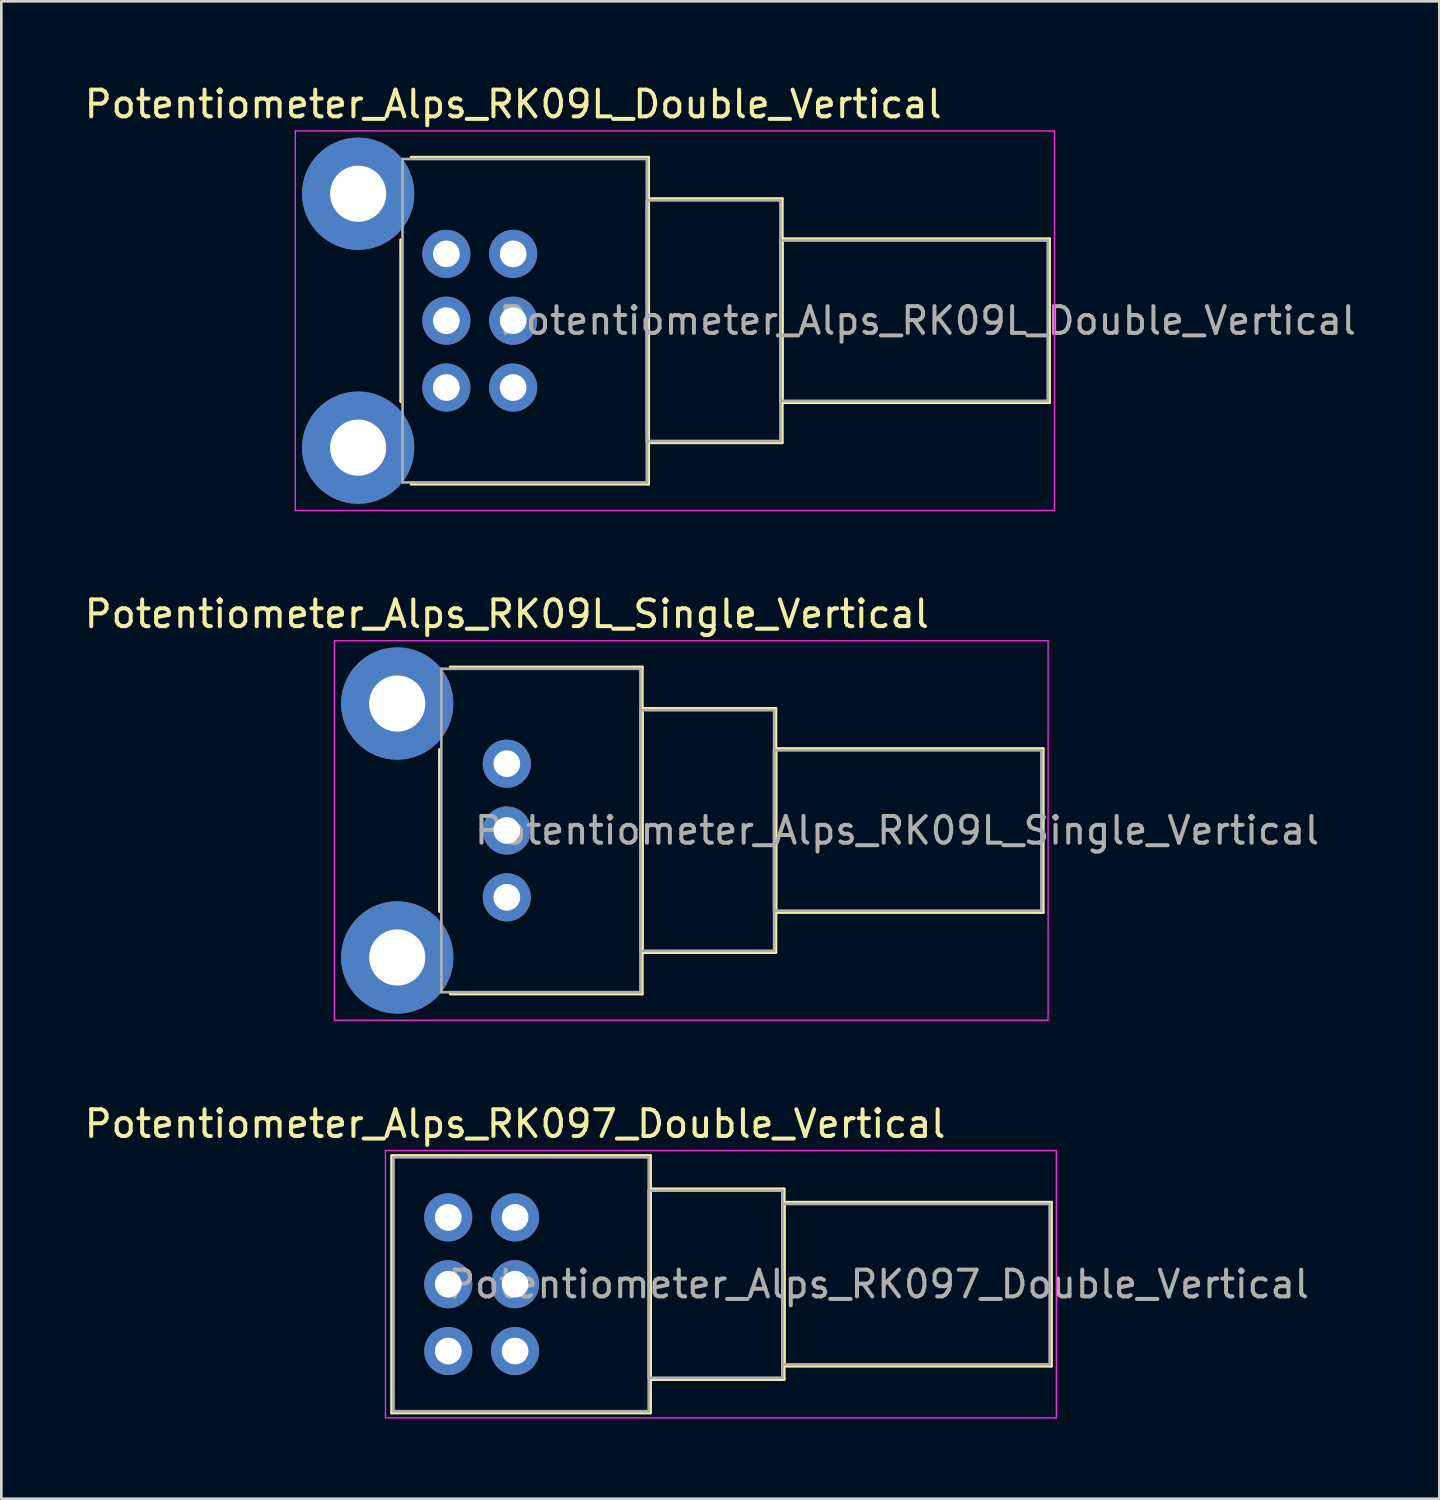
<source format=kicad_pcb>
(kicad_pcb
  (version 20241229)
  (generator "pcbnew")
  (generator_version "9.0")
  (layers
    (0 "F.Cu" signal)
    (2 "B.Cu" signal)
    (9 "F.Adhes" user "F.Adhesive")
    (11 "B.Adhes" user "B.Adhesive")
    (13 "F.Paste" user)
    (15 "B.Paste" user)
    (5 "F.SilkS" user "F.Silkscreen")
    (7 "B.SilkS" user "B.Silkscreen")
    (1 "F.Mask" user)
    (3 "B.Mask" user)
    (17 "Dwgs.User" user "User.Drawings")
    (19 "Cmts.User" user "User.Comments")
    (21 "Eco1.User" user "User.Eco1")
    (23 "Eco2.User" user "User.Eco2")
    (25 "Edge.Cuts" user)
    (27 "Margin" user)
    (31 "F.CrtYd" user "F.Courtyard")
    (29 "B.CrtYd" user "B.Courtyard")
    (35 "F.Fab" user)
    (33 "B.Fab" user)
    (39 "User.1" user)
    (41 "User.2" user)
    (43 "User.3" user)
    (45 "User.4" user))
  (footprint "Potentiometer_Alps_RK09L_Double_Vertical"
    (layer "F.Cu")
    (at 16.149 11.448)
    (property "Reference" "Potentiometer_Alps_RK09L_Double_Vertical" (at 0 -10.6 0) (layer "F.SilkS") (effects (font (size 1 1) (thickness 0.15))))
    (attr through_hole)
    (fp_line (start -4.2 -5.525) (end -4.2 0.525) (stroke (width 0.12) (type solid)) (layer "F.SilkS"))
    (fp_line (start -3.811 -8.61) (end 5.06 -8.61) (stroke (width 0.12) (type solid)) (layer "F.SilkS"))
    (fp_line (start -3.811 3.61) (end 5.06 3.61) (stroke (width 0.12) (type solid)) (layer "F.SilkS"))
    (fp_line (start 5.06 -8.61) (end 5.06 3.61) (stroke (width 0.12) (type solid)) (layer "F.SilkS"))
    (fp_line (start 5.06 -7.06) (end 5.06 2.06) (stroke (width 0.12) (type solid)) (layer "F.SilkS"))
    (fp_line (start 5.06 -7.06) (end 10.06 -7.06) (stroke (width 0.12) (type solid)) (layer "F.SilkS"))
    (fp_line (start 5.06 2.06) (end 10.06 2.06) (stroke (width 0.12) (type solid)) (layer "F.SilkS"))
    (fp_line (start 10.06 -7.06) (end 10.06 2.06) (stroke (width 0.12) (type solid)) (layer "F.SilkS"))
    (fp_line (start 10.06 -5.56) (end 10.06 0.56) (stroke (width 0.12) (type solid)) (layer "F.SilkS"))
    (fp_line (start 10.06 -5.56) (end 20.06 -5.56) (stroke (width 0.12) (type solid)) (layer "F.SilkS"))
    (fp_line (start 10.06 0.56) (end 20.06 0.56) (stroke (width 0.12) (type solid)) (layer "F.SilkS"))
    (fp_line (start 20.06 -5.56) (end 20.06 0.56) (stroke (width 0.12) (type solid)) (layer "F.SilkS"))
    (fp_line (start -8.15 -9.6) (end -8.15 4.6) (stroke (width 0.05) (type solid)) (layer "F.CrtYd"))
    (fp_line (start -8.15 4.6) (end 20.25 4.6) (stroke (width 0.05) (type solid)) (layer "F.CrtYd"))
    (fp_line (start 20.25 -9.6) (end -8.15 -9.6) (stroke (width 0.05) (type solid)) (layer "F.CrtYd"))
    (fp_line (start 20.25 4.6) (end 20.25 -9.6) (stroke (width 0.05) (type solid)) (layer "F.CrtYd"))
    (fp_line (start -4.14 -8.55) (end -4.14 3.55) (stroke (width 0.1) (type solid)) (layer "F.Fab"))
    (fp_line (start -4.14 3.55) (end 5 3.55) (stroke (width 0.1) (type solid)) (layer "F.Fab"))
    (fp_line (start 5 -8.55) (end -4.14 -8.55) (stroke (width 0.1) (type solid)) (layer "F.Fab"))
    (fp_line (start 5 -7) (end 5 2) (stroke (width 0.1) (type solid)) (layer "F.Fab"))
    (fp_line (start 5 2) (end 10 2) (stroke (width 0.1) (type solid)) (layer "F.Fab"))
    (fp_line (start 5 3.55) (end 5 -8.55) (stroke (width 0.1) (type solid)) (layer "F.Fab"))
    (fp_line (start 10 -7) (end 5 -7) (stroke (width 0.1) (type solid)) (layer "F.Fab"))
    (fp_line (start 10 -5.5) (end 10 0.5) (stroke (width 0.1) (type solid)) (layer "F.Fab"))
    (fp_line (start 10 0.5) (end 20 0.5) (stroke (width 0.1) (type solid)) (layer "F.Fab"))
    (fp_line (start 10 2) (end 10 -7) (stroke (width 0.1) (type solid)) (layer "F.Fab"))
    (fp_line (start 20 -5.5) (end 10 -5.5) (stroke (width 0.1) (type solid)) (layer "F.Fab"))
    (fp_line (start 20 0.5) (end 20 -5.5) (stroke (width 0.1) (type solid)) (layer "F.Fab"))
    (fp_text user "${REFERENCE}" (at 15.5 -2.5 0) (layer "F.Fab") (effects (font (size 1 1) (thickness 0.15))))
    (pad "0" thru_hole circle (at -5.8 -7.25) (size 4.2 4.2) (drill 2.1) (layers "*.Cu" "*.Mask"))
    (pad "0" thru_hole circle (at -5.8 2.25) (size 4.2 4.2) (drill 2.1) (layers "*.Cu" "*.Mask"))
    (pad "1" thru_hole circle (at 0 0) (size 1.8 1.8) (drill 1) (layers "*.Cu" "*.Mask"))
    (pad "2" thru_hole circle (at 0 -2.5) (size 1.8 1.8) (drill 1) (layers "*.Cu" "*.Mask"))
    (pad "3" thru_hole circle (at 0 -5) (size 1.8 1.8) (drill 1) (layers "*.Cu" "*.Mask"))
    (pad "4" thru_hole circle (at -2.5 0) (size 1.8 1.8) (drill 1) (layers "*.Cu" "*.Mask"))
    (pad "5" thru_hole circle (at -2.5 -2.5) (size 1.8 1.8) (drill 1) (layers "*.Cu" "*.Mask"))
    (pad "6" thru_hole circle (at -2.5 -5) (size 1.8 1.8) (drill 1) (layers "*.Cu" "*.Mask")))
  (footprint "Potentiometer_Alps_RK097_Double_Vertical"
    (layer "F.Cu")
    (at 16.22 47.495)
    (property "Reference" "Potentiometer_Alps_RK097_Double_Vertical" (at 0 -8.5 0) (layer "F.SilkS") (effects (font (size 1 1) (thickness 0.15))))
    (attr through_hole)
    (fp_line (start -4.61 -7.31) (end -4.61 2.31) (stroke (width 0.12) (type solid)) (layer "F.SilkS"))
    (fp_line (start -4.61 -7.31) (end 5.06 -7.31) (stroke (width 0.12) (type solid)) (layer "F.SilkS"))
    (fp_line (start -4.61 2.31) (end 5.06 2.31) (stroke (width 0.12) (type solid)) (layer "F.SilkS"))
    (fp_line (start 5.06 -7.31) (end 5.06 2.31) (stroke (width 0.12) (type solid)) (layer "F.SilkS"))
    (fp_line (start 5.06 -6.06) (end 5.06 1.06) (stroke (width 0.12) (type solid)) (layer "F.SilkS"))
    (fp_line (start 5.06 -6.06) (end 10.06 -6.06) (stroke (width 0.12) (type solid)) (layer "F.SilkS"))
    (fp_line (start 5.06 1.06) (end 10.06 1.06) (stroke (width 0.12) (type solid)) (layer "F.SilkS"))
    (fp_line (start 10.06 -6.06) (end 10.06 1.06) (stroke (width 0.12) (type solid)) (layer "F.SilkS"))
    (fp_line (start 10.06 -5.56) (end 10.06 0.56) (stroke (width 0.12) (type solid)) (layer "F.SilkS"))
    (fp_line (start 10.06 -5.56) (end 20.06 -5.56) (stroke (width 0.12) (type solid)) (layer "F.SilkS"))
    (fp_line (start 10.06 0.56) (end 20.06 0.56) (stroke (width 0.12) (type solid)) (layer "F.SilkS"))
    (fp_line (start 20.06 -5.56) (end 20.06 0.56) (stroke (width 0.12) (type solid)) (layer "F.SilkS"))
    (fp_line (start -4.85 -7.5) (end -4.85 2.5) (stroke (width 0.05) (type solid)) (layer "F.CrtYd"))
    (fp_line (start -4.85 2.5) (end 20.25 2.5) (stroke (width 0.05) (type solid)) (layer "F.CrtYd"))
    (fp_line (start 20.25 -7.5) (end -4.85 -7.5) (stroke (width 0.05) (type solid)) (layer "F.CrtYd"))
    (fp_line (start 20.25 2.5) (end 20.25 -7.5) (stroke (width 0.05) (type solid)) (layer "F.CrtYd"))
    (fp_line (start -4.55 -7.25) (end -4.55 2.25) (stroke (width 0.1) (type solid)) (layer "F.Fab"))
    (fp_line (start -4.55 2.25) (end 5 2.25) (stroke (width 0.1) (type solid)) (layer "F.Fab"))
    (fp_line (start 5 -7.25) (end -4.55 -7.25) (stroke (width 0.1) (type solid)) (layer "F.Fab"))
    (fp_line (start 5 -6) (end 5 1) (stroke (width 0.1) (type solid)) (layer "F.Fab"))
    (fp_line (start 5 1) (end 10 1) (stroke (width 0.1) (type solid)) (layer "F.Fab"))
    (fp_line (start 5 2.25) (end 5 -7.25) (stroke (width 0.1) (type solid)) (layer "F.Fab"))
    (fp_line (start 10 -6) (end 5 -6) (stroke (width 0.1) (type solid)) (layer "F.Fab"))
    (fp_line (start 10 -5.5) (end 10 0.5) (stroke (width 0.1) (type solid)) (layer "F.Fab"))
    (fp_line (start 10 0.5) (end 20 0.5) (stroke (width 0.1) (type solid)) (layer "F.Fab"))
    (fp_line (start 10 1) (end 10 -6) (stroke (width 0.1) (type solid)) (layer "F.Fab"))
    (fp_line (start 20 -5.5) (end 10 -5.5) (stroke (width 0.1) (type solid)) (layer "F.Fab"))
    (fp_line (start 20 0.5) (end 20 -5.5) (stroke (width 0.1) (type solid)) (layer "F.Fab"))
    (fp_text user "${REFERENCE}" (at 13.6 -2.5 0) (layer "F.Fab") (effects (font (size 1 1) (thickness 0.15))))
    (pad "1" thru_hole circle (at 0 0) (size 1.8 1.8) (drill 1) (layers "*.Cu" "*.Mask"))
    (pad "2" thru_hole circle (at 0 -2.5) (size 1.8 1.8) (drill 1) (layers "*.Cu" "*.Mask"))
    (pad "3" thru_hole circle (at 0 -5) (size 1.8 1.8) (drill 1) (layers "*.Cu" "*.Mask"))
    (pad "4" thru_hole circle (at -2.5 0) (size 1.8 1.8) (drill 1) (layers "*.Cu" "*.Mask"))
    (pad "5" thru_hole circle (at -2.5 -2.5) (size 1.8 1.8) (drill 1) (layers "*.Cu" "*.Mask"))
    (pad "6" thru_hole circle (at -2.5 -5) (size 1.8 1.8) (drill 1) (layers "*.Cu" "*.Mask")))
  (footprint "Potentiometer_Alps_RK09L_Single_Vertical"
    (layer "F.Cu")
    (at 15.911 30.521)
    (property "Reference" "Potentiometer_Alps_RK09L_Single_Vertical" (at 0 -10.6 0) (layer "F.SilkS") (effects (font (size 1 1) (thickness 0.15))))
    (attr through_hole)
    (fp_line (start -2.51 -5.525) (end -2.51 0.525) (stroke (width 0.12) (type solid)) (layer "F.SilkS"))
    (fp_line (start -2.111 -8.61) (end 5.06 -8.61) (stroke (width 0.12) (type solid)) (layer "F.SilkS"))
    (fp_line (start -2.111 3.61) (end 5.06 3.61) (stroke (width 0.12) (type solid)) (layer "F.SilkS"))
    (fp_line (start 5.06 -8.61) (end 5.06 3.61) (stroke (width 0.12) (type solid)) (layer "F.SilkS"))
    (fp_line (start 5.06 -7.06) (end 5.06 2.06) (stroke (width 0.12) (type solid)) (layer "F.SilkS"))
    (fp_line (start 5.06 -7.06) (end 10.06 -7.06) (stroke (width 0.12) (type solid)) (layer "F.SilkS"))
    (fp_line (start 5.06 2.06) (end 10.06 2.06) (stroke (width 0.12) (type solid)) (layer "F.SilkS"))
    (fp_line (start 10.06 -7.06) (end 10.06 2.06) (stroke (width 0.12) (type solid)) (layer "F.SilkS"))
    (fp_line (start 10.06 -5.56) (end 10.06 0.56) (stroke (width 0.12) (type solid)) (layer "F.SilkS"))
    (fp_line (start 10.06 -5.56) (end 20.061 -5.56) (stroke (width 0.12) (type solid)) (layer "F.SilkS"))
    (fp_line (start 10.06 0.56) (end 20.061 0.56) (stroke (width 0.12) (type solid)) (layer "F.SilkS"))
    (fp_line (start 20.061 -5.56) (end 20.061 0.56) (stroke (width 0.12) (type solid)) (layer "F.SilkS"))
    (fp_line (start -6.45 -9.6) (end -6.45 4.6) (stroke (width 0.05) (type solid)) (layer "F.CrtYd"))
    (fp_line (start -6.45 4.6) (end 20.25 4.6) (stroke (width 0.05) (type solid)) (layer "F.CrtYd"))
    (fp_line (start 20.25 -9.6) (end -6.45 -9.6) (stroke (width 0.05) (type solid)) (layer "F.CrtYd"))
    (fp_line (start 20.25 4.6) (end 20.25 -9.6) (stroke (width 0.05) (type solid)) (layer "F.CrtYd"))
    (fp_line (start -2.45 -8.55) (end -2.45 3.55) (stroke (width 0.1) (type solid)) (layer "F.Fab"))
    (fp_line (start -2.45 3.55) (end 5 3.55) (stroke (width 0.1) (type solid)) (layer "F.Fab"))
    (fp_line (start 5 -8.55) (end -2.45 -8.55) (stroke (width 0.1) (type solid)) (layer "F.Fab"))
    (fp_line (start 5 -7) (end 5 2) (stroke (width 0.1) (type solid)) (layer "F.Fab"))
    (fp_line (start 5 2) (end 10 2) (stroke (width 0.1) (type solid)) (layer "F.Fab"))
    (fp_line (start 5 3.55) (end 5 -8.55) (stroke (width 0.1) (type solid)) (layer "F.Fab"))
    (fp_line (start 10 -7) (end 5 -7) (stroke (width 0.1) (type solid)) (layer "F.Fab"))
    (fp_line (start 10 -5.5) (end 10 0.5) (stroke (width 0.1) (type solid)) (layer "F.Fab"))
    (fp_line (start 10 0.5) (end 20 0.5) (stroke (width 0.1) (type solid)) (layer "F.Fab"))
    (fp_line (start 10 2) (end 10 -7) (stroke (width 0.1) (type solid)) (layer "F.Fab"))
    (fp_line (start 20 -5.5) (end 10 -5.5) (stroke (width 0.1) (type solid)) (layer "F.Fab"))
    (fp_line (start 20 0.5) (end 20 -5.5) (stroke (width 0.1) (type solid)) (layer "F.Fab"))
    (fp_text user "${REFERENCE}" (at 14.6 -2.5 0) (layer "F.Fab") (effects (font (size 1 1) (thickness 0.15))))
    (pad "0" thru_hole circle (at -4.1 -7.25) (size 4.2 4.2) (drill 2.1) (layers "*.Cu" "*.Mask"))
    (pad "0" thru_hole circle (at -4.1 2.25) (size 4.2 4.2) (drill 2.1) (layers "*.Cu" "*.Mask"))
    (pad "1" thru_hole circle (at 0 0) (size 1.8 1.8) (drill 1) (layers "*.Cu" "*.Mask"))
    (pad "2" thru_hole circle (at 0 -2.5) (size 1.8 1.8) (drill 1) (layers "*.Cu" "*.Mask"))
    (pad "3" thru_hole circle (at 0 -5) (size 1.8 1.8) (drill 1) (layers "*.Cu" "*.Mask")))
  (gr_rect
    (start -3 -3)
    (end 50.798 53.02)
    (stroke (width 0.1) (type default))
    (fill no)
    (layer "Edge.Cuts")))
</source>
